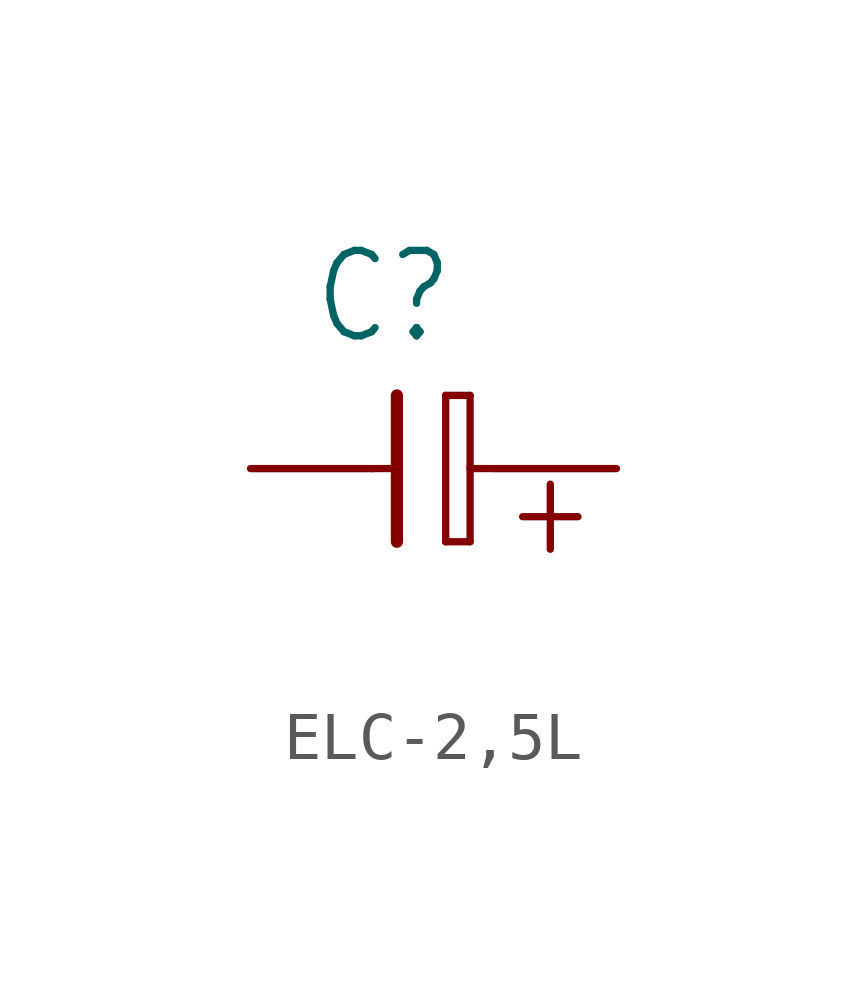
<source format=kicad_sym>
(kicad_symbol_lib
  (version 20220914)
  (generator kicad_symbol_editor)
  (symbol "ELC-2,5L"
    (property "Reference" "C"
      (at -3.81 2.54 0)
      (effects (font (size 1.778 1.511)) (justify left bottom)))
    (property "Value" ""
      (at -3.81 -3.81 0)
      (effects (font (size 1.778 1.511)) (justify left bottom)))
    (property "ki_locked" ""
      (at 0 0 0)
      (effects (font (size 1.27 1.27))))
    (symbol "ELC-2,5L_1_0"
      (polyline (pts (xy -2.54 0) (xy -2.032 0)) (stroke (width 0.152) (type solid)) (fill (type none)))
      (polyline (pts (xy -2.032 0) (xy -2.032 -1.524)) (stroke (width 0.254) (type solid)) (fill (type none)))
      (polyline (pts (xy -2.032 1.524) (xy -2.032 0)) (stroke (width 0.254) (type solid)) (fill (type none)))
      (polyline (pts (xy -1.016 -1.524) (xy -0.508 -1.524)) (stroke (width 0.152) (type solid)) (fill (type none)))
      (polyline (pts (xy -1.016 1.524) (xy -1.016 -1.524)) (stroke (width 0.152) (type solid)) (fill (type none)))
      (polyline (pts (xy -0.508 0) (xy -0.508 -1.524)) (stroke (width 0.152) (type solid)) (fill (type none)))
      (polyline (pts (xy -0.508 1.524) (xy -1.016 1.524)) (stroke (width 0.152) (type solid)) (fill (type none)))
      (polyline (pts (xy -0.508 1.524) (xy -0.508 0)) (stroke (width 0.152) (type solid)) (fill (type none)))
      (polyline (pts (xy 0 0) (xy -0.508 0)) (stroke (width 0.152) (type solid)) (fill (type none)))
      (text "+" (at 0.127 -1.905 0) (effects (font (size 1.778 1.511)) (justify left bottom)))
      (pin passive line (at 2.54 0 180) (length 2.54) (name "1" (effects (font (size 0 0)))) (number "1" (effects (font (size 0 0)))))
      (pin passive line (at -5.08 0 0) (length 2.54) (name "2" (effects (font (size 0 0)))) (number "2" (effects (font (size 0 0))))))))
</source>
